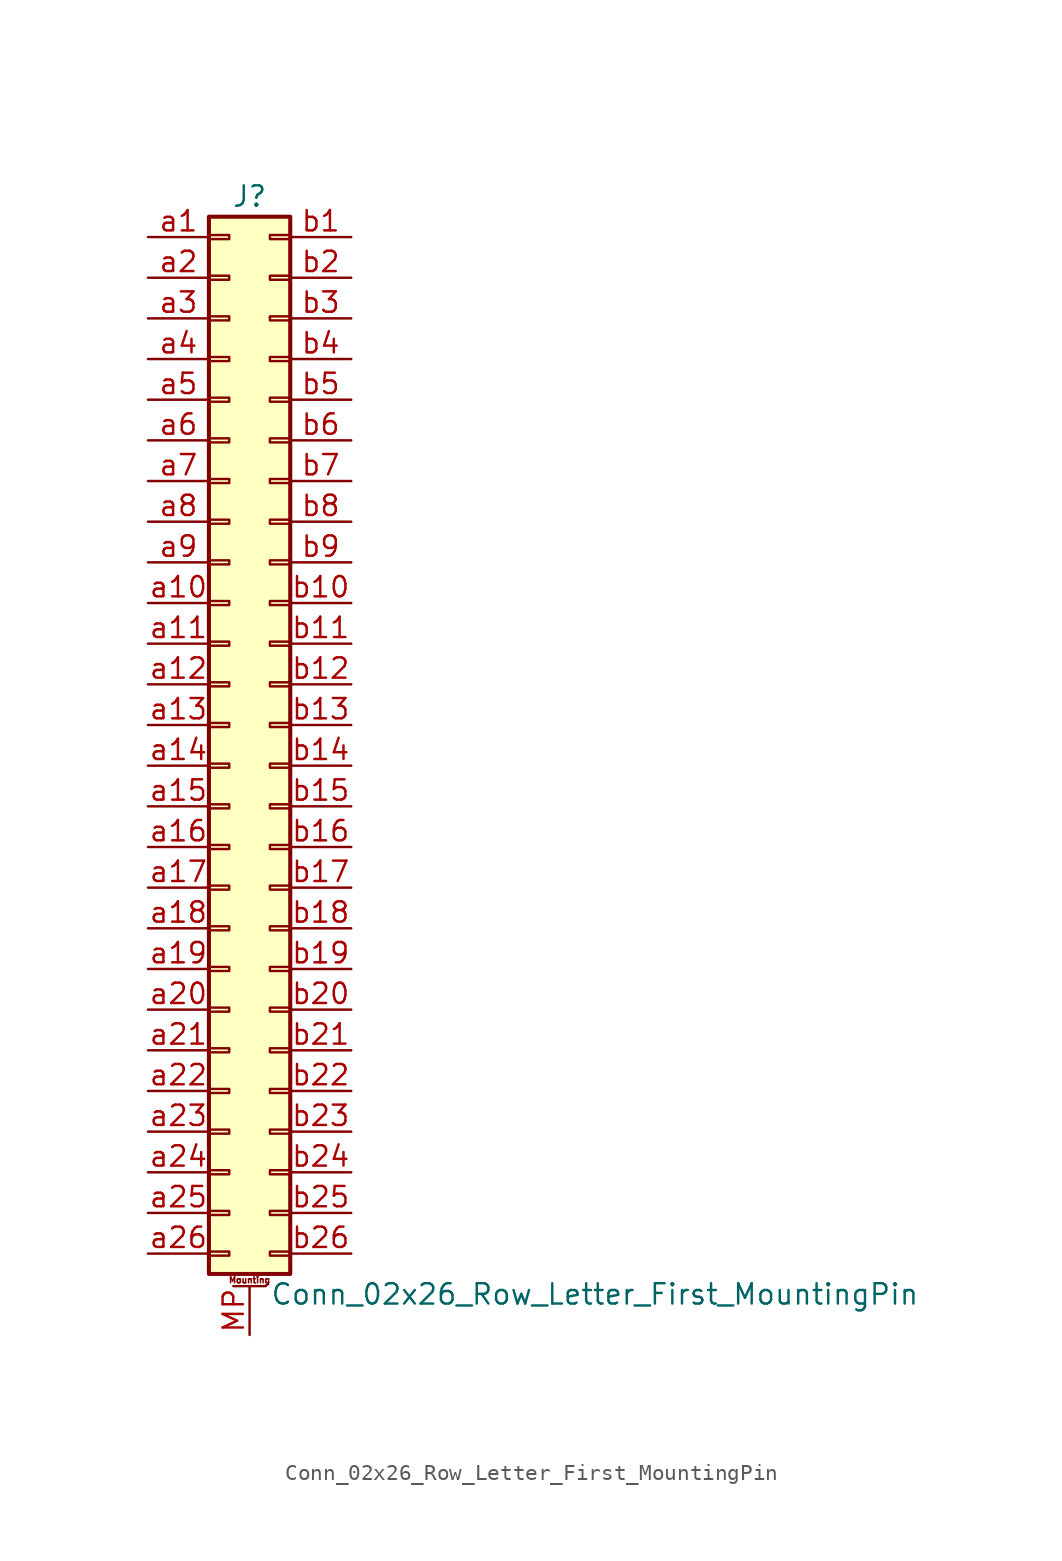
<source format=kicad_sym>
(kicad_symbol_lib
  (version 20211014)
  (generator kicad_symbol_editor)
  (symbol "Conn_02x26_Row_Letter_First_MountingPin"
    (pin_names
      (offset 1.016) hide)
    (property "Reference" "J"
      (at 1.27 33.02 0)
      (effects (font (size 1.27 1.27))))
    (property "Value" "Conn_02x26_Row_Letter_First_MountingPin"
      (at 2.54 -35.56 0)
      (effects (font (size 1.27 1.27)) (justify left)))
    (symbol "Conn_02x26_Row_Letter_First_MountingPin_1_1"
      (rectangle (start -1.27 -32.893) (end 0 -33.147) (stroke (width 0.152) (type default) (color 0 0 0 0)) (fill (type none)))
      (rectangle (start -1.27 -30.353) (end 0 -30.607) (stroke (width 0.152) (type default) (color 0 0 0 0)) (fill (type none)))
      (rectangle (start -1.27 -27.813) (end 0 -28.067) (stroke (width 0.152) (type default) (color 0 0 0 0)) (fill (type none)))
      (rectangle (start -1.27 -25.273) (end 0 -25.527) (stroke (width 0.152) (type default) (color 0 0 0 0)) (fill (type none)))
      (rectangle (start -1.27 -22.733) (end 0 -22.987) (stroke (width 0.152) (type default) (color 0 0 0 0)) (fill (type none)))
      (rectangle (start -1.27 -20.193) (end 0 -20.447) (stroke (width 0.152) (type default) (color 0 0 0 0)) (fill (type none)))
      (rectangle (start -1.27 -17.653) (end 0 -17.907) (stroke (width 0.152) (type default) (color 0 0 0 0)) (fill (type none)))
      (rectangle (start -1.27 -15.113) (end 0 -15.367) (stroke (width 0.152) (type default) (color 0 0 0 0)) (fill (type none)))
      (rectangle (start -1.27 -12.573) (end 0 -12.827) (stroke (width 0.152) (type default) (color 0 0 0 0)) (fill (type none)))
      (rectangle (start -1.27 -10.033) (end 0 -10.287) (stroke (width 0.152) (type default) (color 0 0 0 0)) (fill (type none)))
      (rectangle (start -1.27 -7.493) (end 0 -7.747) (stroke (width 0.152) (type default) (color 0 0 0 0)) (fill (type none)))
      (rectangle (start -1.27 -4.953) (end 0 -5.207) (stroke (width 0.152) (type default) (color 0 0 0 0)) (fill (type none)))
      (rectangle (start -1.27 -2.413) (end 0 -2.667) (stroke (width 0.152) (type default) (color 0 0 0 0)) (fill (type none)))
      (rectangle (start -1.27 0.127) (end 0 -0.127) (stroke (width 0.152) (type default) (color 0 0 0 0)) (fill (type none)))
      (rectangle (start -1.27 2.667) (end 0 2.413) (stroke (width 0.152) (type default) (color 0 0 0 0)) (fill (type none)))
      (rectangle (start -1.27 5.207) (end 0 4.953) (stroke (width 0.152) (type default) (color 0 0 0 0)) (fill (type none)))
      (rectangle (start -1.27 7.747) (end 0 7.493) (stroke (width 0.152) (type default) (color 0 0 0 0)) (fill (type none)))
      (rectangle (start -1.27 10.287) (end 0 10.033) (stroke (width 0.152) (type default) (color 0 0 0 0)) (fill (type none)))
      (rectangle (start -1.27 12.827) (end 0 12.573) (stroke (width 0.152) (type default) (color 0 0 0 0)) (fill (type none)))
      (rectangle (start -1.27 15.367) (end 0 15.113) (stroke (width 0.152) (type default) (color 0 0 0 0)) (fill (type none)))
      (rectangle (start -1.27 17.907) (end 0 17.653) (stroke (width 0.152) (type default) (color 0 0 0 0)) (fill (type none)))
      (rectangle (start -1.27 20.447) (end 0 20.193) (stroke (width 0.152) (type default) (color 0 0 0 0)) (fill (type none)))
      (rectangle (start -1.27 22.987) (end 0 22.733) (stroke (width 0.152) (type default) (color 0 0 0 0)) (fill (type none)))
      (rectangle (start -1.27 25.527) (end 0 25.273) (stroke (width 0.152) (type default) (color 0 0 0 0)) (fill (type none)))
      (rectangle (start -1.27 28.067) (end 0 27.813) (stroke (width 0.152) (type default) (color 0 0 0 0)) (fill (type none)))
      (rectangle (start -1.27 30.607) (end 0 30.353) (stroke (width 0.152) (type default) (color 0 0 0 0)) (fill (type none)))
      (rectangle (start -1.27 31.75) (end 3.81 -34.29) (stroke (width 0.254) (type default) (color 0 0 0 0)) (fill (type background)))
      (polyline (pts (xy 0.254 -35.052) (xy 2.286 -35.052)) (stroke (width 0.152) (type default) (color 0 0 0 0)) (fill (type none)))
      (rectangle (start 3.81 -32.893) (end 2.54 -33.147) (stroke (width 0.152) (type default) (color 0 0 0 0)) (fill (type none)))
      (rectangle (start 3.81 -30.353) (end 2.54 -30.607) (stroke (width 0.152) (type default) (color 0 0 0 0)) (fill (type none)))
      (rectangle (start 3.81 -27.813) (end 2.54 -28.067) (stroke (width 0.152) (type default) (color 0 0 0 0)) (fill (type none)))
      (rectangle (start 3.81 -25.273) (end 2.54 -25.527) (stroke (width 0.152) (type default) (color 0 0 0 0)) (fill (type none)))
      (rectangle (start 3.81 -22.733) (end 2.54 -22.987) (stroke (width 0.152) (type default) (color 0 0 0 0)) (fill (type none)))
      (rectangle (start 3.81 -20.193) (end 2.54 -20.447) (stroke (width 0.152) (type default) (color 0 0 0 0)) (fill (type none)))
      (rectangle (start 3.81 -17.653) (end 2.54 -17.907) (stroke (width 0.152) (type default) (color 0 0 0 0)) (fill (type none)))
      (rectangle (start 3.81 -15.113) (end 2.54 -15.367) (stroke (width 0.152) (type default) (color 0 0 0 0)) (fill (type none)))
      (rectangle (start 3.81 -12.573) (end 2.54 -12.827) (stroke (width 0.152) (type default) (color 0 0 0 0)) (fill (type none)))
      (rectangle (start 3.81 -10.033) (end 2.54 -10.287) (stroke (width 0.152) (type default) (color 0 0 0 0)) (fill (type none)))
      (rectangle (start 3.81 -7.493) (end 2.54 -7.747) (stroke (width 0.152) (type default) (color 0 0 0 0)) (fill (type none)))
      (rectangle (start 3.81 -4.953) (end 2.54 -5.207) (stroke (width 0.152) (type default) (color 0 0 0 0)) (fill (type none)))
      (rectangle (start 3.81 -2.413) (end 2.54 -2.667) (stroke (width 0.152) (type default) (color 0 0 0 0)) (fill (type none)))
      (rectangle (start 3.81 0.127) (end 2.54 -0.127) (stroke (width 0.152) (type default) (color 0 0 0 0)) (fill (type none)))
      (rectangle (start 3.81 2.667) (end 2.54 2.413) (stroke (width 0.152) (type default) (color 0 0 0 0)) (fill (type none)))
      (rectangle (start 3.81 5.207) (end 2.54 4.953) (stroke (width 0.152) (type default) (color 0 0 0 0)) (fill (type none)))
      (rectangle (start 3.81 7.747) (end 2.54 7.493) (stroke (width 0.152) (type default) (color 0 0 0 0)) (fill (type none)))
      (rectangle (start 3.81 10.287) (end 2.54 10.033) (stroke (width 0.152) (type default) (color 0 0 0 0)) (fill (type none)))
      (rectangle (start 3.81 12.827) (end 2.54 12.573) (stroke (width 0.152) (type default) (color 0 0 0 0)) (fill (type none)))
      (rectangle (start 3.81 15.367) (end 2.54 15.113) (stroke (width 0.152) (type default) (color 0 0 0 0)) (fill (type none)))
      (rectangle (start 3.81 17.907) (end 2.54 17.653) (stroke (width 0.152) (type default) (color 0 0 0 0)) (fill (type none)))
      (rectangle (start 3.81 20.447) (end 2.54 20.193) (stroke (width 0.152) (type default) (color 0 0 0 0)) (fill (type none)))
      (rectangle (start 3.81 22.987) (end 2.54 22.733) (stroke (width 0.152) (type default) (color 0 0 0 0)) (fill (type none)))
      (rectangle (start 3.81 25.527) (end 2.54 25.273) (stroke (width 0.152) (type default) (color 0 0 0 0)) (fill (type none)))
      (rectangle (start 3.81 28.067) (end 2.54 27.813) (stroke (width 0.152) (type default) (color 0 0 0 0)) (fill (type none)))
      (rectangle (start 3.81 30.607) (end 2.54 30.353) (stroke (width 0.152) (type default) (color 0 0 0 0)) (fill (type none)))
      (text "Mounting" (at 1.27 -34.671 0) (effects (font (size 0.381 0.381))))
      (pin passive line (at 1.27 -38.1 90) (length 3.048) (name "MountPin" (effects (font (size 1.27 1.27)))) (number "MP" (effects (font (size 1.27 1.27)))))
      (pin passive line (at -5.08 30.48 0) (length 3.81) (name "Pin_a1" (effects (font (size 1.27 1.27)))) (number "a1" (effects (font (size 1.27 1.27)))))
      (pin passive line (at -5.08 7.62 0) (length 3.81) (name "Pin_a10" (effects (font (size 1.27 1.27)))) (number "a10" (effects (font (size 1.27 1.27)))))
      (pin passive line (at -5.08 5.08 0) (length 3.81) (name "Pin_a11" (effects (font (size 1.27 1.27)))) (number "a11" (effects (font (size 1.27 1.27)))))
      (pin passive line (at -5.08 2.54 0) (length 3.81) (name "Pin_a12" (effects (font (size 1.27 1.27)))) (number "a12" (effects (font (size 1.27 1.27)))))
      (pin passive line (at -5.08 0 0) (length 3.81) (name "Pin_a13" (effects (font (size 1.27 1.27)))) (number "a13" (effects (font (size 1.27 1.27)))))
      (pin passive line (at -5.08 -2.54 0) (length 3.81) (name "Pin_a14" (effects (font (size 1.27 1.27)))) (number "a14" (effects (font (size 1.27 1.27)))))
      (pin passive line (at -5.08 -5.08 0) (length 3.81) (name "Pin_a15" (effects (font (size 1.27 1.27)))) (number "a15" (effects (font (size 1.27 1.27)))))
      (pin passive line (at -5.08 -7.62 0) (length 3.81) (name "Pin_a16" (effects (font (size 1.27 1.27)))) (number "a16" (effects (font (size 1.27 1.27)))))
      (pin passive line (at -5.08 -10.16 0) (length 3.81) (name "Pin_a17" (effects (font (size 1.27 1.27)))) (number "a17" (effects (font (size 1.27 1.27)))))
      (pin passive line (at -5.08 -12.7 0) (length 3.81) (name "Pin_a18" (effects (font (size 1.27 1.27)))) (number "a18" (effects (font (size 1.27 1.27)))))
      (pin passive line (at -5.08 -15.24 0) (length 3.81) (name "Pin_a19" (effects (font (size 1.27 1.27)))) (number "a19" (effects (font (size 1.27 1.27)))))
      (pin passive line (at -5.08 27.94 0) (length 3.81) (name "Pin_a2" (effects (font (size 1.27 1.27)))) (number "a2" (effects (font (size 1.27 1.27)))))
      (pin passive line (at -5.08 -17.78 0) (length 3.81) (name "Pin_a20" (effects (font (size 1.27 1.27)))) (number "a20" (effects (font (size 1.27 1.27)))))
      (pin passive line (at -5.08 -20.32 0) (length 3.81) (name "Pin_a21" (effects (font (size 1.27 1.27)))) (number "a21" (effects (font (size 1.27 1.27)))))
      (pin passive line (at -5.08 -22.86 0) (length 3.81) (name "Pin_a22" (effects (font (size 1.27 1.27)))) (number "a22" (effects (font (size 1.27 1.27)))))
      (pin passive line (at -5.08 -25.4 0) (length 3.81) (name "Pin_a23" (effects (font (size 1.27 1.27)))) (number "a23" (effects (font (size 1.27 1.27)))))
      (pin passive line (at -5.08 -27.94 0) (length 3.81) (name "Pin_a24" (effects (font (size 1.27 1.27)))) (number "a24" (effects (font (size 1.27 1.27)))))
      (pin passive line (at -5.08 -30.48 0) (length 3.81) (name "Pin_a25" (effects (font (size 1.27 1.27)))) (number "a25" (effects (font (size 1.27 1.27)))))
      (pin passive line (at -5.08 -33.02 0) (length 3.81) (name "Pin_a26" (effects (font (size 1.27 1.27)))) (number "a26" (effects (font (size 1.27 1.27)))))
      (pin passive line (at -5.08 25.4 0) (length 3.81) (name "Pin_a3" (effects (font (size 1.27 1.27)))) (number "a3" (effects (font (size 1.27 1.27)))))
      (pin passive line (at -5.08 22.86 0) (length 3.81) (name "Pin_a4" (effects (font (size 1.27 1.27)))) (number "a4" (effects (font (size 1.27 1.27)))))
      (pin passive line (at -5.08 20.32 0) (length 3.81) (name "Pin_a5" (effects (font (size 1.27 1.27)))) (number "a5" (effects (font (size 1.27 1.27)))))
      (pin passive line (at -5.08 17.78 0) (length 3.81) (name "Pin_a6" (effects (font (size 1.27 1.27)))) (number "a6" (effects (font (size 1.27 1.27)))))
      (pin passive line (at -5.08 15.24 0) (length 3.81) (name "Pin_a7" (effects (font (size 1.27 1.27)))) (number "a7" (effects (font (size 1.27 1.27)))))
      (pin passive line (at -5.08 12.7 0) (length 3.81) (name "Pin_a8" (effects (font (size 1.27 1.27)))) (number "a8" (effects (font (size 1.27 1.27)))))
      (pin passive line (at -5.08 10.16 0) (length 3.81) (name "Pin_a9" (effects (font (size 1.27 1.27)))) (number "a9" (effects (font (size 1.27 1.27)))))
      (pin passive line (at 7.62 30.48 180) (length 3.81) (name "Pin_b1" (effects (font (size 1.27 1.27)))) (number "b1" (effects (font (size 1.27 1.27)))))
      (pin passive line (at 7.62 7.62 180) (length 3.81) (name "Pin_b10" (effects (font (size 1.27 1.27)))) (number "b10" (effects (font (size 1.27 1.27)))))
      (pin passive line (at 7.62 5.08 180) (length 3.81) (name "Pin_b11" (effects (font (size 1.27 1.27)))) (number "b11" (effects (font (size 1.27 1.27)))))
      (pin passive line (at 7.62 2.54 180) (length 3.81) (name "Pin_b12" (effects (font (size 1.27 1.27)))) (number "b12" (effects (font (size 1.27 1.27)))))
      (pin passive line (at 7.62 0 180) (length 3.81) (name "Pin_b13" (effects (font (size 1.27 1.27)))) (number "b13" (effects (font (size 1.27 1.27)))))
      (pin passive line (at 7.62 -2.54 180) (length 3.81) (name "Pin_b14" (effects (font (size 1.27 1.27)))) (number "b14" (effects (font (size 1.27 1.27)))))
      (pin passive line (at 7.62 -5.08 180) (length 3.81) (name "Pin_b15" (effects (font (size 1.27 1.27)))) (number "b15" (effects (font (size 1.27 1.27)))))
      (pin passive line (at 7.62 -7.62 180) (length 3.81) (name "Pin_b16" (effects (font (size 1.27 1.27)))) (number "b16" (effects (font (size 1.27 1.27)))))
      (pin passive line (at 7.62 -10.16 180) (length 3.81) (name "Pin_b17" (effects (font (size 1.27 1.27)))) (number "b17" (effects (font (size 1.27 1.27)))))
      (pin passive line (at 7.62 -12.7 180) (length 3.81) (name "Pin_b18" (effects (font (size 1.27 1.27)))) (number "b18" (effects (font (size 1.27 1.27)))))
      (pin passive line (at 7.62 -15.24 180) (length 3.81) (name "Pin_b19" (effects (font (size 1.27 1.27)))) (number "b19" (effects (font (size 1.27 1.27)))))
      (pin passive line (at 7.62 27.94 180) (length 3.81) (name "Pin_b2" (effects (font (size 1.27 1.27)))) (number "b2" (effects (font (size 1.27 1.27)))))
      (pin passive line (at 7.62 -17.78 180) (length 3.81) (name "Pin_b20" (effects (font (size 1.27 1.27)))) (number "b20" (effects (font (size 1.27 1.27)))))
      (pin passive line (at 7.62 -20.32 180) (length 3.81) (name "Pin_b21" (effects (font (size 1.27 1.27)))) (number "b21" (effects (font (size 1.27 1.27)))))
      (pin passive line (at 7.62 -22.86 180) (length 3.81) (name "Pin_b22" (effects (font (size 1.27 1.27)))) (number "b22" (effects (font (size 1.27 1.27)))))
      (pin passive line (at 7.62 -25.4 180) (length 3.81) (name "Pin_b23" (effects (font (size 1.27 1.27)))) (number "b23" (effects (font (size 1.27 1.27)))))
      (pin passive line (at 7.62 -27.94 180) (length 3.81) (name "Pin_b24" (effects (font (size 1.27 1.27)))) (number "b24" (effects (font (size 1.27 1.27)))))
      (pin passive line (at 7.62 -30.48 180) (length 3.81) (name "Pin_b25" (effects (font (size 1.27 1.27)))) (number "b25" (effects (font (size 1.27 1.27)))))
      (pin passive line (at 7.62 -33.02 180) (length 3.81) (name "Pin_b26" (effects (font (size 1.27 1.27)))) (number "b26" (effects (font (size 1.27 1.27)))))
      (pin passive line (at 7.62 25.4 180) (length 3.81) (name "Pin_b3" (effects (font (size 1.27 1.27)))) (number "b3" (effects (font (size 1.27 1.27)))))
      (pin passive line (at 7.62 22.86 180) (length 3.81) (name "Pin_b4" (effects (font (size 1.27 1.27)))) (number "b4" (effects (font (size 1.27 1.27)))))
      (pin passive line (at 7.62 20.32 180) (length 3.81) (name "Pin_b5" (effects (font (size 1.27 1.27)))) (number "b5" (effects (font (size 1.27 1.27)))))
      (pin passive line (at 7.62 17.78 180) (length 3.81) (name "Pin_b6" (effects (font (size 1.27 1.27)))) (number "b6" (effects (font (size 1.27 1.27)))))
      (pin passive line (at 7.62 15.24 180) (length 3.81) (name "Pin_b7" (effects (font (size 1.27 1.27)))) (number "b7" (effects (font (size 1.27 1.27)))))
      (pin passive line (at 7.62 12.7 180) (length 3.81) (name "Pin_b8" (effects (font (size 1.27 1.27)))) (number "b8" (effects (font (size 1.27 1.27)))))
      (pin passive line (at 7.62 10.16 180) (length 3.81) (name "Pin_b9" (effects (font (size 1.27 1.27)))) (number "b9" (effects (font (size 1.27 1.27))))))))
</source>
